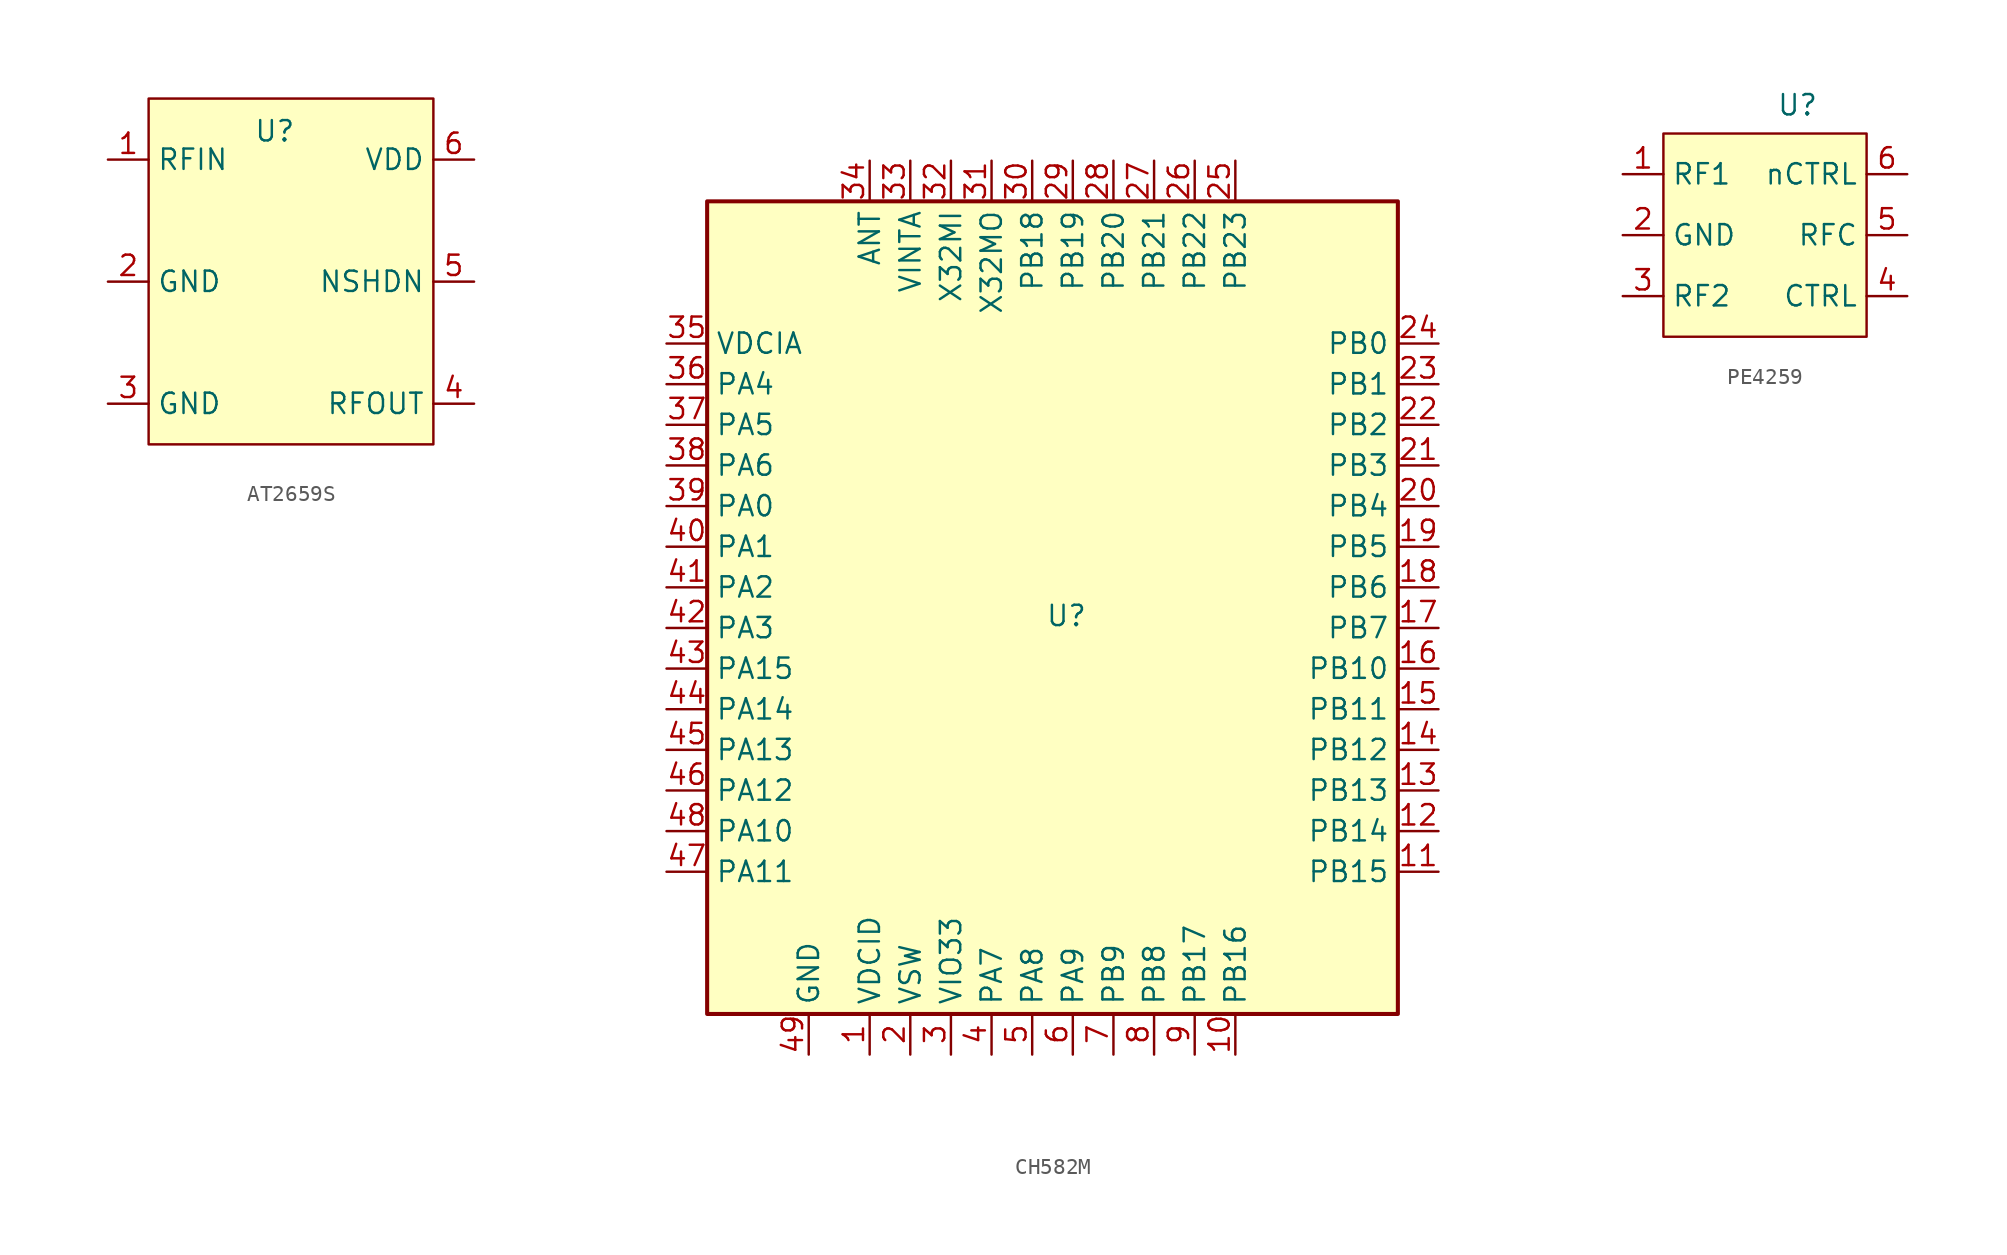
<source format=kicad_sym>
(kicad_symbol_lib
  (version 20231120)
  (generator "kicad_symbol_editor")
  (generator_version "8.0")
  (symbol "AT2659S"
    (property "Reference" "U"
      (at -1.016 9.398 0)
      (effects (font (size 1.27 1.27))))
    (property "Value" ""
      (at 0 0 0)
      (effects (font (size 1.27 1.27))))
    (symbol "AT2659S_1_1"
      (rectangle (start -8.89 11.43) (end 8.89 -10.16) (stroke (width 0) (type solid)) (fill (type background)))
      (pin input line (at -11.43 7.62 0) (length 2.54) (name "RFIN" (effects (font (size 1.27 1.27)))) (number "1" (effects (font (size 1.27 1.27)))))
      (pin power_in line (at -11.43 0 0) (length 2.54) (name "GND" (effects (font (size 1.27 1.27)))) (number "2" (effects (font (size 1.27 1.27)))))
      (pin power_in line (at -11.43 -7.62 0) (length 2.54) (name "GND" (effects (font (size 1.27 1.27)))) (number "3" (effects (font (size 1.27 1.27)))))
      (pin input line (at 11.43 -7.62 180) (length 2.54) (name "RFOUT" (effects (font (size 1.27 1.27)))) (number "4" (effects (font (size 1.27 1.27)))))
      (pin input line (at 11.43 0 180) (length 2.54) (name "NSHDN" (effects (font (size 1.27 1.27)))) (number "5" (effects (font (size 1.27 1.27)))))
      (pin power_in line (at 11.43 7.62 180) (length 2.54) (name "VDD" (effects (font (size 1.27 1.27)))) (number "6" (effects (font (size 1.27 1.27)))))))
  (symbol "CH582M"
    (property "Reference" "U"
      (at 0 0 0)
      (effects (font (size 1.27 1.27))))
    (property "Value" ""
      (at 0 0 0)
      (effects (font (size 1.27 1.27))))
    (symbol "CH582M_1_1"
      (rectangle (start -22.46 25.91) (end 20.72 -24.89) (stroke (width 0.254) (type default)) (fill (type background)))
      (pin power_in line (at -12.3 -27.43 90) (length 2.54) (name "VDCID" (effects (font (size 1.27 1.27)))) (number "1" (effects (font (size 1.27 1.27)))))
      (pin bidirectional line (at 10.56 -27.43 90) (length 2.54) (name "PB16" (effects (font (size 1.27 1.27)))) (number "10" (effects (font (size 1.27 1.27)))))
      (pin bidirectional line (at 23.26 -16 180) (length 2.54) (name "PB15" (effects (font (size 1.27 1.27)))) (number "11" (effects (font (size 1.27 1.27)))))
      (pin bidirectional line (at 23.26 -13.46 180) (length 2.54) (name "PB14" (effects (font (size 1.27 1.27)))) (number "12" (effects (font (size 1.27 1.27)))))
      (pin bidirectional line (at 23.26 -10.92 180) (length 2.54) (name "PB13" (effects (font (size 1.27 1.27)))) (number "13" (effects (font (size 1.27 1.27)))))
      (pin bidirectional line (at 23.26 -8.38 180) (length 2.54) (name "PB12" (effects (font (size 1.27 1.27)))) (number "14" (effects (font (size 1.27 1.27)))))
      (pin bidirectional line (at 23.26 -5.84 180) (length 2.54) (name "PB11" (effects (font (size 1.27 1.27)))) (number "15" (effects (font (size 1.27 1.27)))))
      (pin bidirectional line (at 23.26 -3.3 180) (length 2.54) (name "PB10" (effects (font (size 1.27 1.27)))) (number "16" (effects (font (size 1.27 1.27)))))
      (pin bidirectional line (at 23.26 -0.76 180) (length 2.54) (name "PB7" (effects (font (size 1.27 1.27)))) (number "17" (effects (font (size 1.27 1.27)))))
      (pin bidirectional line (at 23.26 1.78 180) (length 2.54) (name "PB6" (effects (font (size 1.27 1.27)))) (number "18" (effects (font (size 1.27 1.27)))))
      (pin bidirectional line (at 23.26 4.32 180) (length 2.54) (name "PB5" (effects (font (size 1.27 1.27)))) (number "19" (effects (font (size 1.27 1.27)))))
      (pin power_out line (at -9.76 -27.43 90) (length 2.54) (name "VSW" (effects (font (size 1.27 1.27)))) (number "2" (effects (font (size 1.27 1.27)))))
      (pin bidirectional line (at 23.26 6.86 180) (length 2.54) (name "PB4" (effects (font (size 1.27 1.27)))) (number "20" (effects (font (size 1.27 1.27)))))
      (pin bidirectional line (at 23.26 9.4 180) (length 2.54) (name "PB3" (effects (font (size 1.27 1.27)))) (number "21" (effects (font (size 1.27 1.27)))))
      (pin bidirectional line (at 23.26 11.94 180) (length 2.54) (name "PB2" (effects (font (size 1.27 1.27)))) (number "22" (effects (font (size 1.27 1.27)))))
      (pin bidirectional line (at 23.26 14.48 180) (length 2.54) (name "PB1" (effects (font (size 1.27 1.27)))) (number "23" (effects (font (size 1.27 1.27)))))
      (pin bidirectional line (at 23.26 17.02 180) (length 2.54) (name "PB0" (effects (font (size 1.27 1.27)))) (number "24" (effects (font (size 1.27 1.27)))))
      (pin bidirectional line (at 10.56 28.45 270) (length 2.54) (name "PB23" (effects (font (size 1.27 1.27)))) (number "25" (effects (font (size 1.27 1.27)))))
      (pin bidirectional line (at 8.02 28.45 270) (length 2.54) (name "PB22" (effects (font (size 1.27 1.27)))) (number "26" (effects (font (size 1.27 1.27)))))
      (pin bidirectional line (at 5.48 28.45 270) (length 2.54) (name "PB21" (effects (font (size 1.27 1.27)))) (number "27" (effects (font (size 1.27 1.27)))))
      (pin bidirectional line (at 2.94 28.45 270) (length 2.54) (name "PB20" (effects (font (size 1.27 1.27)))) (number "28" (effects (font (size 1.27 1.27)))))
      (pin bidirectional line (at 0.4 28.45 270) (length 2.54) (name "PB19" (effects (font (size 1.27 1.27)))) (number "29" (effects (font (size 1.27 1.27)))))
      (pin power_in line (at -7.22 -27.43 90) (length 2.54) (name "VIO33" (effects (font (size 1.27 1.27)))) (number "3" (effects (font (size 1.27 1.27)))))
      (pin bidirectional line (at -2.14 28.45 270) (length 2.54) (name "PB18" (effects (font (size 1.27 1.27)))) (number "30" (effects (font (size 1.27 1.27)))))
      (pin output line (at -4.68 28.45 270) (length 2.54) (name "X32MO" (effects (font (size 1.27 1.27)))) (number "31" (effects (font (size 1.27 1.27)))))
      (pin input line (at -7.22 28.45 270) (length 2.54) (name "X32MI" (effects (font (size 1.27 1.27)))) (number "32" (effects (font (size 1.27 1.27)))))
      (pin passive line (at -9.76 28.45 270) (length 2.54) (name "VINTA" (effects (font (size 1.27 1.27)))) (number "33" (effects (font (size 1.27 1.27)))))
      (pin bidirectional line (at -12.3 28.45 270) (length 2.54) (name "ANT" (effects (font (size 1.27 1.27)))) (number "34" (effects (font (size 1.27 1.27)))))
      (pin power_in line (at -25 17.02 0) (length 2.54) (name "VDCIA" (effects (font (size 1.27 1.27)))) (number "35" (effects (font (size 1.27 1.27)))))
      (pin bidirectional line (at -25 14.48 0) (length 2.54) (name "PA4" (effects (font (size 1.27 1.27)))) (number "36" (effects (font (size 1.27 1.27)))))
      (pin bidirectional line (at -25 11.94 0) (length 2.54) (name "PA5" (effects (font (size 1.27 1.27)))) (number "37" (effects (font (size 1.27 1.27)))))
      (pin bidirectional line (at -25 9.4 0) (length 2.54) (name "PA6" (effects (font (size 1.27 1.27)))) (number "38" (effects (font (size 1.27 1.27)))))
      (pin bidirectional line (at -25 6.86 0) (length 2.54) (name "PA0" (effects (font (size 1.27 1.27)))) (number "39" (effects (font (size 1.27 1.27)))))
      (pin bidirectional line (at -4.68 -27.43 90) (length 2.54) (name "PA7" (effects (font (size 1.27 1.27)))) (number "4" (effects (font (size 1.27 1.27)))))
      (pin bidirectional line (at -25 4.32 0) (length 2.54) (name "PA1" (effects (font (size 1.27 1.27)))) (number "40" (effects (font (size 1.27 1.27)))))
      (pin bidirectional line (at -25 1.78 0) (length 2.54) (name "PA2" (effects (font (size 1.27 1.27)))) (number "41" (effects (font (size 1.27 1.27)))))
      (pin bidirectional line (at -25 -0.76 0) (length 2.54) (name "PA3" (effects (font (size 1.27 1.27)))) (number "42" (effects (font (size 1.27 1.27)))))
      (pin bidirectional line (at -25 -3.3 0) (length 2.54) (name "PA15" (effects (font (size 1.27 1.27)))) (number "43" (effects (font (size 1.27 1.27)))))
      (pin bidirectional line (at -25 -5.84 0) (length 2.54) (name "PA14" (effects (font (size 1.27 1.27)))) (number "44" (effects (font (size 1.27 1.27)))))
      (pin bidirectional line (at -25 -8.38 0) (length 2.54) (name "PA13" (effects (font (size 1.27 1.27)))) (number "45" (effects (font (size 1.27 1.27)))))
      (pin bidirectional line (at -25 -10.92 0) (length 2.54) (name "PA12" (effects (font (size 1.27 1.27)))) (number "46" (effects (font (size 1.27 1.27)))))
      (pin bidirectional line (at -25 -16 0) (length 2.54) (name "PA11" (effects (font (size 1.27 1.27)))) (number "47" (effects (font (size 1.27 1.27)))))
      (pin bidirectional line (at -25 -13.46 0) (length 2.54) (name "PA10" (effects (font (size 1.27 1.27)))) (number "48" (effects (font (size 1.27 1.27)))))
      (pin passive line (at -16.11 -27.43 90) (length 2.54) (name "GND" (effects (font (size 1.27 1.27)))) (number "49" (effects (font (size 1.27 1.27)))))
      (pin bidirectional line (at -2.14 -27.43 90) (length 2.54) (name "PA8" (effects (font (size 1.27 1.27)))) (number "5" (effects (font (size 1.27 1.27)))))
      (pin bidirectional line (at 0.4 -27.43 90) (length 2.54) (name "PA9" (effects (font (size 1.27 1.27)))) (number "6" (effects (font (size 1.27 1.27)))))
      (pin bidirectional line (at 2.94 -27.43 90) (length 2.54) (name "PB9" (effects (font (size 1.27 1.27)))) (number "7" (effects (font (size 1.27 1.27)))))
      (pin bidirectional line (at 5.48 -27.43 90) (length 2.54) (name "PB8" (effects (font (size 1.27 1.27)))) (number "8" (effects (font (size 1.27 1.27)))))
      (pin bidirectional line (at 8.02 -27.43 90) (length 2.54) (name "PB17" (effects (font (size 1.27 1.27)))) (number "9" (effects (font (size 1.27 1.27)))))))
  (symbol "PE4259"
    (property "Reference" "U"
      (at 2.032 8.128 0)
      (effects (font (size 1.27 1.27))))
    (property "Value" ""
      (at 0 0 0)
      (effects (font (size 1.27 1.27))))
    (symbol "PE4259_1_1"
      (rectangle (start -6.35 6.35) (end 6.35 -6.35) (stroke (width 0) (type default)) (fill (type background)))
      (pin input line (at -8.89 3.81 0) (length 2.54) (name "RF1" (effects (font (size 1.27 1.27)))) (number "1" (effects (font (size 1.27 1.27)))))
      (pin power_in line (at -8.89 0 0) (length 2.54) (name "GND" (effects (font (size 1.27 1.27)))) (number "2" (effects (font (size 1.27 1.27)))))
      (pin input line (at -8.89 -3.81 0) (length 2.54) (name "RF2" (effects (font (size 1.27 1.27)))) (number "3" (effects (font (size 1.27 1.27)))))
      (pin input line (at 8.89 -3.81 180) (length 2.54) (name "CTRL" (effects (font (size 1.27 1.27)))) (number "4" (effects (font (size 1.27 1.27)))))
      (pin input line (at 8.89 0 180) (length 2.54) (name "RFC" (effects (font (size 1.27 1.27)))) (number "5" (effects (font (size 1.27 1.27)))))
      (pin input line (at 8.89 3.81 180) (length 2.54) (name "nCTRL" (effects (font (size 1.27 1.27)))) (number "6" (effects (font (size 1.27 1.27))))))))
</source>
